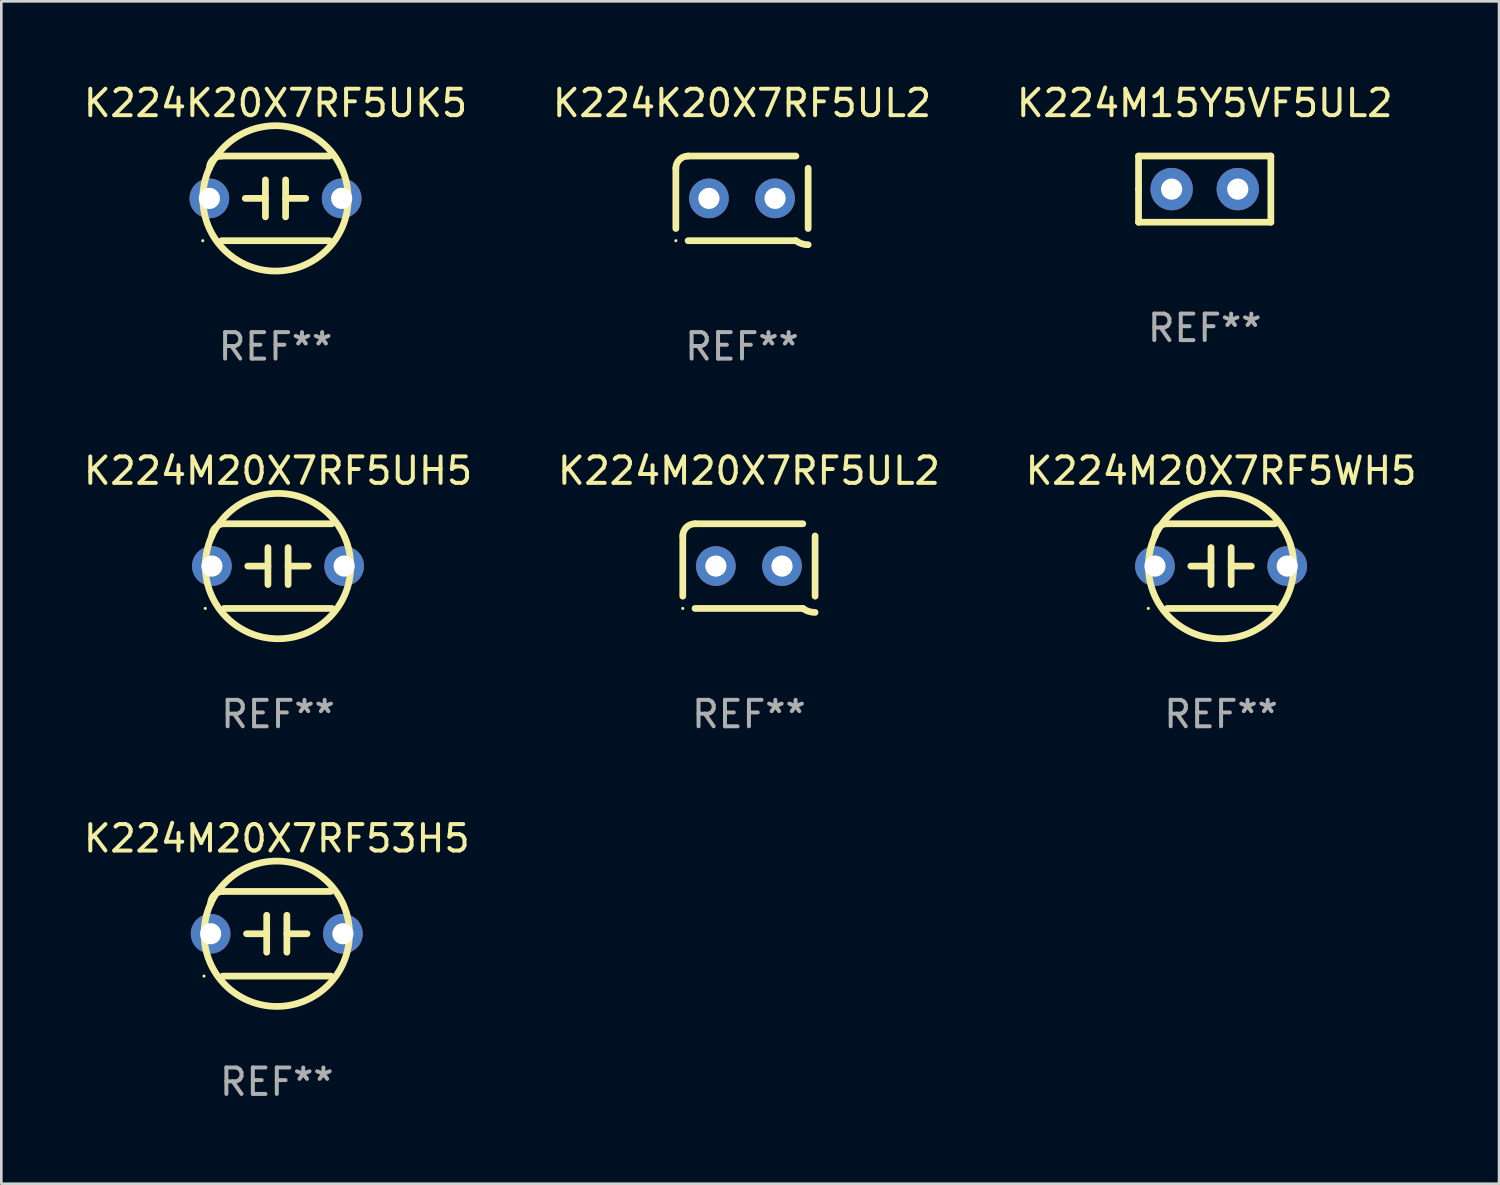
<source format=kicad_pcb>
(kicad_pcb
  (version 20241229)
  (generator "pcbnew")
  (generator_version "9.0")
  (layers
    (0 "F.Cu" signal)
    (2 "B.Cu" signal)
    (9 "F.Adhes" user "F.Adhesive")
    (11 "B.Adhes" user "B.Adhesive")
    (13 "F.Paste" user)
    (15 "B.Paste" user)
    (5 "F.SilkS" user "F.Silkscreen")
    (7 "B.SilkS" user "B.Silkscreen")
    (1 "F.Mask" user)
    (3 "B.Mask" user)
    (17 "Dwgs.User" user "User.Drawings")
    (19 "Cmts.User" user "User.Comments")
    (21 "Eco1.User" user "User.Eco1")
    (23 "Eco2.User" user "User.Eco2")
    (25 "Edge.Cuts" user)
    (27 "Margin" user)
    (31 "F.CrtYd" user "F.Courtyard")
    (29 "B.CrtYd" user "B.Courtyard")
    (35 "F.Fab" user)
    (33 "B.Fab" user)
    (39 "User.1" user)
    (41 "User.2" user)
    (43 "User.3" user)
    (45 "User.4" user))
  (footprint "K224K20X7RF5UL2"
    (layer "F.Cu")
    (at 24.994 4.448)
    (property "Reference" "K224K20X7RF5UL2" (at 0 -3.6 0) (layer "F.SilkS") (effects (font (size 1 1) (thickness 0.15))))
    (attr through_hole)
    (fp_line (start -2.5 1.138) (end -2.5 -1.138) (stroke (width 0.254) (type solid)) (layer "F.SilkS"))
    (fp_line (start -2.038 1.6) (end 2.038 1.6) (stroke (width 0.254) (type solid)) (layer "F.SilkS"))
    (fp_line (start 2.038 -1.6) (end -2.038 -1.6) (stroke (width 0.254) (type solid)) (layer "F.SilkS"))
    (fp_line (start 2.5 -1.138) (end 2.5 1.138) (stroke (width 0.254) (type solid)) (layer "F.SilkS"))
    (fp_arc (start -2.5 -1.137744) (mid -2.364601 -1.464626) (end -2.037719 -1.600025) (stroke (width 0.254001) (type solid)) (layer "F.SilkS"))
    (fp_arc (start -2.5 1.137719) (mid 2.500022 -1.137741) (end -2.5 1.137719) (stroke (width 0.254001) (type solid)) (layer "F.SilkS"))
    (fp_arc (start 2.5 1.751767) (mid 2.256726 1.712861) (end 2.037719 1.600025) (stroke (width 0.254001) (type solid)) (layer "F.SilkS"))
    (fp_circle (center -2.5 1.6) (end -2.47 1.6) (stroke (width 0.06) (type solid)) (fill no) (layer "F.SilkS"))
    (fp_text user "REF**" (at 0 5.6 0) (layer "F.Fab") (effects (font (size 1 1) (thickness 0.15))))
    (pad "1" thru_hole circle (at -1.25 -0.000076) (size 1.5 1.5) (drill 0.8) (layers "*.Cu" "*.Mask"))
    (pad "2" thru_hole circle (at 1.25 -0.000076) (size 1.5 1.5) (drill 0.8) (layers "*.Cu" "*.Mask")))
  (footprint "K224M15Y5VF5UL2"
    (layer "F.Cu")
    (at 42.482 4.098)
    (property "Reference" "K224M15Y5VF5UL2" (at 0 -3.25 0) (layer "F.SilkS") (effects (font (size 1 1) (thickness 0.15))))
    (attr through_hole)
    (fp_line (start -2.5 -1.25) (end 2.5 -1.25) (stroke (width 0.254) (type solid)) (layer "F.SilkS"))
    (fp_line (start -2.5 0) (end -2.5 -1.25) (stroke (width 0.254) (type solid)) (layer "F.SilkS"))
    (fp_line (start -2.5 1.25) (end -2.5 0) (stroke (width 0.254) (type solid)) (layer "F.SilkS"))
    (fp_line (start 2.5 -1.25) (end 2.5 1.25) (stroke (width 0.254) (type solid)) (layer "F.SilkS"))
    (fp_line (start 2.5 1.25) (end -2.5 1.25) (stroke (width 0.254) (type solid)) (layer "F.SilkS"))
    (fp_circle (center -2.5 1.25) (end -2.47 1.25) (stroke (width 0.06) (type solid)) (fill no) (layer "F.SilkS"))
    (fp_text user "REF**" (at 0 5.25 0) (layer "F.Fab") (effects (font (size 1 1) (thickness 0.15))))
    (pad "1" thru_hole circle (at -1.25 0) (size 1.6 1.6) (drill 0.8) (layers "*.Cu" "*.Mask"))
    (pad "2" thru_hole circle (at 1.25 0) (size 1.6 1.6) (drill 0.8) (layers "*.Cu" "*.Mask")))
  (footprint "K224M20X7RF5UL2"
    (layer "F.Cu")
    (at 25.256 18.345)
    (property "Reference" "K224M20X7RF5UL2" (at 0 -3.6 0) (layer "F.SilkS") (effects (font (size 1 1) (thickness 0.15))))
    (attr through_hole)
    (fp_line (start -2.5 1.138) (end -2.5 -1.138) (stroke (width 0.254) (type solid)) (layer "F.SilkS"))
    (fp_line (start -2.038 1.6) (end 2.038 1.6) (stroke (width 0.254) (type solid)) (layer "F.SilkS"))
    (fp_line (start 2.038 -1.6) (end -2.038 -1.6) (stroke (width 0.254) (type solid)) (layer "F.SilkS"))
    (fp_line (start 2.5 -1.138) (end 2.5 1.138) (stroke (width 0.254) (type solid)) (layer "F.SilkS"))
    (fp_arc (start -2.5 -1.137744) (mid -2.364601 -1.464626) (end -2.037719 -1.600025) (stroke (width 0.254001) (type solid)) (layer "F.SilkS"))
    (fp_arc (start -2.5 1.137719) (mid 2.500022 -1.137741) (end -2.5 1.137719) (stroke (width 0.254001) (type solid)) (layer "F.SilkS"))
    (fp_arc (start 2.5 1.751767) (mid 2.256726 1.712861) (end 2.037719 1.600025) (stroke (width 0.254001) (type solid)) (layer "F.SilkS"))
    (fp_circle (center -2.5 1.6) (end -2.47 1.6) (stroke (width 0.06) (type solid)) (fill no) (layer "F.SilkS"))
    (fp_text user "REF**" (at 0 5.6 0) (layer "F.Fab") (effects (font (size 1 1) (thickness 0.15))))
    (pad "1" thru_hole circle (at -1.25 -0.000076) (size 1.5 1.5) (drill 0.8) (layers "*.Cu" "*.Mask"))
    (pad "2" thru_hole circle (at 1.25 -0.000076) (size 1.5 1.5) (drill 0.8) (layers "*.Cu" "*.Mask")))
  (footprint "K224K20X7RF5UK5"
    (layer "F.Cu")
    (at 7.363 4.448)
    (property "Reference" "K224K20X7RF5UK5" (at 0 -3.6 0) (layer "F.SilkS") (effects (font (size 1 1) (thickness 0.15))))
    (attr through_hole)
    (fp_line (start -2.038 1.6) (end 2.038 1.6) (stroke (width 0.254) (type solid)) (layer "F.SilkS"))
    (fp_line (start -1.143 0) (end -0.381 0) (stroke (width 0.254) (type solid)) (layer "F.SilkS"))
    (fp_line (start -0.381 -0.699) (end -0.381 0.699) (stroke (width 0.254) (type solid)) (layer "F.SilkS"))
    (fp_line (start 0.381 -0.699) (end 0.381 0.699) (stroke (width 0.254) (type solid)) (layer "F.SilkS"))
    (fp_line (start 1.143 0) (end 0.381 0) (stroke (width 0.254) (type solid)) (layer "F.SilkS"))
    (fp_line (start 2.038 -1.6) (end -2.038 -1.6) (stroke (width 0.254) (type solid)) (layer "F.SilkS"))
    (fp_arc (start -2.500127 -1.137744) (mid -2.364728 -1.464626) (end -2.037846 -1.600025) (stroke (width 0.254001) (type solid)) (layer "F.SilkS"))
    (fp_arc (start -2.500127 1.137719) (mid 2.500149 -1.137741) (end -2.500127 1.137719) (stroke (width 0.254001) (type solid)) (layer "F.SilkS"))
    (fp_circle (center -2.75 1.6) (end -2.72 1.6) (stroke (width 0.06) (type solid)) (fill no) (layer "F.SilkS"))
    (fp_text user "REF**" (at 0 5.6 0) (layer "F.Fab") (effects (font (size 1 1) (thickness 0.15))))
    (pad "1" thru_hole circle (at -2.5 0) (size 1.5 1.5) (drill 0.8) (layers "*.Cu" "*.Mask"))
    (pad "2" thru_hole circle (at 2.5 0) (size 1.5 1.5) (drill 0.8) (layers "*.Cu" "*.Mask")))
  (footprint "K224M20X7RF5UH5"
    (layer "F.Cu")
    (at 7.458 18.345)
    (property "Reference" "K224M20X7RF5UH5" (at 0 -3.6 0) (layer "F.SilkS") (effects (font (size 1 1) (thickness 0.15))))
    (attr through_hole)
    (fp_line (start -2.038 1.6) (end 2.038 1.6) (stroke (width 0.254) (type solid)) (layer "F.SilkS"))
    (fp_line (start -1.143 0) (end -0.381 0) (stroke (width 0.254) (type solid)) (layer "F.SilkS"))
    (fp_line (start -0.381 -0.699) (end -0.381 0.699) (stroke (width 0.254) (type solid)) (layer "F.SilkS"))
    (fp_line (start 0.381 -0.699) (end 0.381 0.699) (stroke (width 0.254) (type solid)) (layer "F.SilkS"))
    (fp_line (start 1.143 0) (end 0.381 0) (stroke (width 0.254) (type solid)) (layer "F.SilkS"))
    (fp_line (start 2.038 -1.6) (end -2.038 -1.6) (stroke (width 0.254) (type solid)) (layer "F.SilkS"))
    (fp_arc (start -2.500127 -1.137744) (mid -2.364728 -1.464626) (end -2.037846 -1.600025) (stroke (width 0.254001) (type solid)) (layer "F.SilkS"))
    (fp_arc (start -2.500127 1.137719) (mid 2.500149 -1.137741) (end -2.500127 1.137719) (stroke (width 0.254001) (type solid)) (layer "F.SilkS"))
    (fp_circle (center -2.75 1.6) (end -2.72 1.6) (stroke (width 0.06) (type solid)) (fill no) (layer "F.SilkS"))
    (fp_text user "REF**" (at 0 5.6 0) (layer "F.Fab") (effects (font (size 1 1) (thickness 0.15))))
    (pad "1" thru_hole circle (at -2.5 0) (size 1.5 1.5) (drill 0.8) (layers "*.Cu" "*.Mask"))
    (pad "2" thru_hole circle (at 2.5 0) (size 1.5 1.5) (drill 0.8) (layers "*.Cu" "*.Mask")))
  (footprint "K224M20X7RF5WH5"
    (layer "F.Cu")
    (at 43.101 18.345)
    (property "Reference" "K224M20X7RF5WH5" (at 0 -3.6 0) (layer "F.SilkS") (effects (font (size 1 1) (thickness 0.15))))
    (attr through_hole)
    (fp_line (start -2.038 1.6) (end 2.038 1.6) (stroke (width 0.254) (type solid)) (layer "F.SilkS"))
    (fp_line (start -1.143 0) (end -0.381 0) (stroke (width 0.254) (type solid)) (layer "F.SilkS"))
    (fp_line (start -0.381 -0.699) (end -0.381 0.699) (stroke (width 0.254) (type solid)) (layer "F.SilkS"))
    (fp_line (start 0.381 -0.699) (end 0.381 0.699) (stroke (width 0.254) (type solid)) (layer "F.SilkS"))
    (fp_line (start 1.143 0) (end 0.381 0) (stroke (width 0.254) (type solid)) (layer "F.SilkS"))
    (fp_line (start 2.038 -1.6) (end -2.038 -1.6) (stroke (width 0.254) (type solid)) (layer "F.SilkS"))
    (fp_arc (start -2.500127 -1.137744) (mid -2.364728 -1.464626) (end -2.037846 -1.600025) (stroke (width 0.254001) (type solid)) (layer "F.SilkS"))
    (fp_arc (start -2.500127 1.137719) (mid 2.500149 -1.137741) (end -2.500127 1.137719) (stroke (width 0.254001) (type solid)) (layer "F.SilkS"))
    (fp_circle (center -2.75 1.6) (end -2.72 1.6) (stroke (width 0.06) (type solid)) (fill no) (layer "F.SilkS"))
    (fp_text user "REF**" (at 0 5.6 0) (layer "F.Fab") (effects (font (size 1 1) (thickness 0.15))))
    (pad "1" thru_hole circle (at -2.5 0) (size 1.5 1.5) (drill 0.8) (layers "*.Cu" "*.Mask"))
    (pad "2" thru_hole circle (at 2.5 0) (size 1.5 1.5) (drill 0.8) (layers "*.Cu" "*.Mask")))
  (footprint "K224M20X7RF53H5"
    (layer "F.Cu")
    (at 7.411 32.241)
    (property "Reference" "K224M20X7RF53H5" (at 0 -3.6 0) (layer "F.SilkS") (effects (font (size 1 1) (thickness 0.15))))
    (attr through_hole)
    (fp_line (start -2.038 1.6) (end 2.038 1.6) (stroke (width 0.254) (type solid)) (layer "F.SilkS"))
    (fp_line (start -1.143 0) (end -0.381 0) (stroke (width 0.254) (type solid)) (layer "F.SilkS"))
    (fp_line (start -0.381 -0.699) (end -0.381 0.699) (stroke (width 0.254) (type solid)) (layer "F.SilkS"))
    (fp_line (start 0.381 -0.699) (end 0.381 0.699) (stroke (width 0.254) (type solid)) (layer "F.SilkS"))
    (fp_line (start 1.143 0) (end 0.381 0) (stroke (width 0.254) (type solid)) (layer "F.SilkS"))
    (fp_line (start 2.038 -1.6) (end -2.038 -1.6) (stroke (width 0.254) (type solid)) (layer "F.SilkS"))
    (fp_arc (start -2.500127 -1.137744) (mid -2.364728 -1.464626) (end -2.037846 -1.600025) (stroke (width 0.254001) (type solid)) (layer "F.SilkS"))
    (fp_arc (start -2.500127 1.137719) (mid 2.500149 -1.137741) (end -2.500127 1.137719) (stroke (width 0.254001) (type solid)) (layer "F.SilkS"))
    (fp_circle (center -2.75 1.6) (end -2.72 1.6) (stroke (width 0.06) (type solid)) (fill no) (layer "F.SilkS"))
    (fp_text user "REF**" (at 0 5.6 0) (layer "F.Fab") (effects (font (size 1 1) (thickness 0.15))))
    (pad "1" thru_hole circle (at -2.5 0) (size 1.5 1.5) (drill 0.8) (layers "*.Cu" "*.Mask"))
    (pad "2" thru_hole circle (at 2.5 0) (size 1.5 1.5) (drill 0.8) (layers "*.Cu" "*.Mask")))
  (gr_rect
    (start -3 -3)
    (end 53.607 41.69)
    (stroke (width 0.1) (type default))
    (fill no)
    (layer "Edge.Cuts")))
</source>
